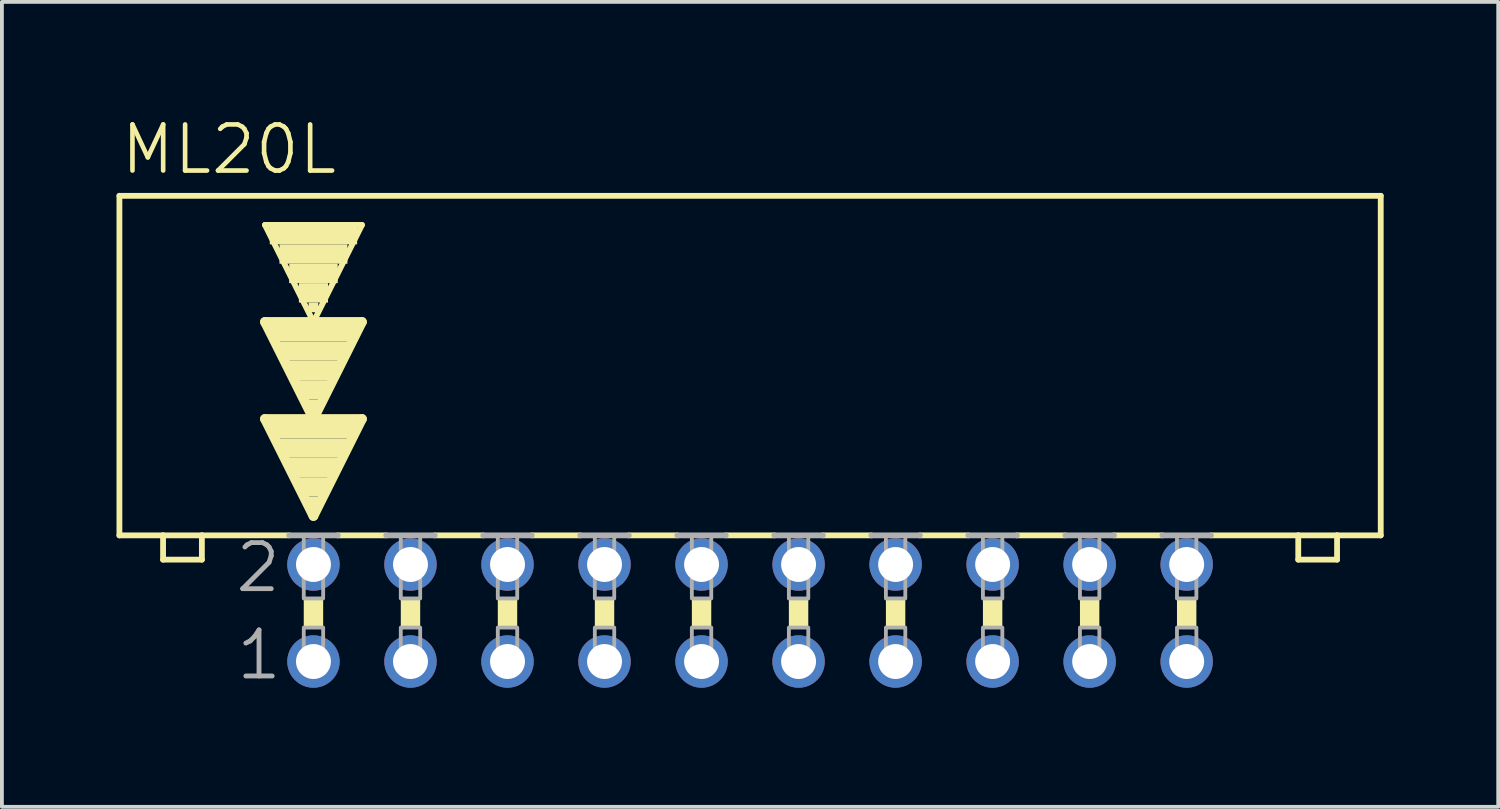
<source format=kicad_pcb>
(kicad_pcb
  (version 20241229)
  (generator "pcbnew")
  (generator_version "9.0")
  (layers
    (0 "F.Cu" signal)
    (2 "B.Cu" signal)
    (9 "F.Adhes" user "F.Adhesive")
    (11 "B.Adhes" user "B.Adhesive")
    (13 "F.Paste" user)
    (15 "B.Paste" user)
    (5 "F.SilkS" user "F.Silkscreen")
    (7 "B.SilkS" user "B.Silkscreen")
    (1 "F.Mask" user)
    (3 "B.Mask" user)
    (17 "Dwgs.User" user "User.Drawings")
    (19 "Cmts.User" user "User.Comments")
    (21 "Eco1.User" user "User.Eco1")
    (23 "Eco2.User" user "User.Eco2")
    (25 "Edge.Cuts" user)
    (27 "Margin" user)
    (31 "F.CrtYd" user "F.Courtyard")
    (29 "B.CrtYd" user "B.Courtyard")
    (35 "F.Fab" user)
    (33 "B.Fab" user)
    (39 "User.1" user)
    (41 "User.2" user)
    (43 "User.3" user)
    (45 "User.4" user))
  (footprint "ML20L"
    (layer "F.Cu")
    (at 16.586 12.998)
    (property "Reference" "ML20L" (at -16.535 -11.43 0) (layer "F.SilkS") (effects (font (size 1.206 1.206) (thickness 0.121)) (justify left bottom)))
    (attr through_hole)
    (fp_line (start -16.51 -2.032) (end -16.51 -10.922) (stroke (width 0.152) (type solid)) (layer "F.SilkS"))
    (fp_line (start -16.51 -2.032) (end -15.367 -2.032) (stroke (width 0.152) (type solid)) (layer "F.SilkS"))
    (fp_line (start -15.367 -2.032) (end -15.367 -1.397) (stroke (width 0.152) (type solid)) (layer "F.SilkS"))
    (fp_line (start -15.367 -2.032) (end -14.351 -2.032) (stroke (width 0.152) (type solid)) (layer "F.SilkS"))
    (fp_line (start -14.351 -2.032) (end -12.065 -2.032) (stroke (width 0.152) (type solid)) (layer "F.SilkS"))
    (fp_line (start -14.351 -1.397) (end -15.367 -1.397) (stroke (width 0.152) (type solid)) (layer "F.SilkS"))
    (fp_line (start -14.351 -1.397) (end -14.351 -2.032) (stroke (width 0.152) (type solid)) (layer "F.SilkS"))
    (fp_line (start -12.7 -10.16) (end -10.16 -10.16) (stroke (width 0.152) (type solid)) (layer "F.SilkS"))
    (fp_line (start -12.7 -7.62) (end -10.16 -7.62) (stroke (width 0.254) (type solid)) (layer "F.SilkS"))
    (fp_line (start -12.7 -5.08) (end -10.16 -5.08) (stroke (width 0.254) (type solid)) (layer "F.SilkS"))
    (fp_line (start -11.43 -7.62) (end -12.7 -10.16) (stroke (width 0.152) (type solid)) (layer "F.SilkS"))
    (fp_line (start -11.43 -5.08) (end -12.7 -7.62) (stroke (width 0.254) (type solid)) (layer "F.SilkS"))
    (fp_line (start -11.43 -2.54) (end -12.7 -5.08) (stroke (width 0.254) (type solid)) (layer "F.SilkS"))
    (fp_line (start -10.795 -2.032) (end -9.525 -2.032) (stroke (width 0.152) (type solid)) (layer "F.SilkS"))
    (fp_line (start -10.16 -10.16) (end -11.43 -7.62) (stroke (width 0.152) (type solid)) (layer "F.SilkS"))
    (fp_line (start -10.16 -7.62) (end -11.43 -5.08) (stroke (width 0.254) (type solid)) (layer "F.SilkS"))
    (fp_line (start -10.16 -5.08) (end -11.43 -2.54) (stroke (width 0.254) (type solid)) (layer "F.SilkS"))
    (fp_line (start -8.255 -2.032) (end -6.985 -2.032) (stroke (width 0.152) (type solid)) (layer "F.SilkS"))
    (fp_line (start -5.715 -2.032) (end -4.445 -2.032) (stroke (width 0.152) (type solid)) (layer "F.SilkS"))
    (fp_line (start -3.175 -2.032) (end -1.905 -2.032) (stroke (width 0.152) (type solid)) (layer "F.SilkS"))
    (fp_line (start -0.635 -2.032) (end 0.635 -2.032) (stroke (width 0.152) (type solid)) (layer "F.SilkS"))
    (fp_line (start 1.905 -2.032) (end 3.175 -2.032) (stroke (width 0.152) (type solid)) (layer "F.SilkS"))
    (fp_line (start 4.445 -2.032) (end 5.715 -2.032) (stroke (width 0.152) (type solid)) (layer "F.SilkS"))
    (fp_line (start 6.985 -2.032) (end 8.255 -2.032) (stroke (width 0.152) (type solid)) (layer "F.SilkS"))
    (fp_line (start 9.525 -2.032) (end 10.795 -2.032) (stroke (width 0.152) (type solid)) (layer "F.SilkS"))
    (fp_line (start 14.351 -2.032) (end 12.065 -2.032) (stroke (width 0.152) (type solid)) (layer "F.SilkS"))
    (fp_line (start 14.351 -2.032) (end 14.351 -1.397) (stroke (width 0.152) (type solid)) (layer "F.SilkS"))
    (fp_line (start 15.367 -2.032) (end 14.351 -2.032) (stroke (width 0.152) (type solid)) (layer "F.SilkS"))
    (fp_line (start 15.367 -1.397) (end 14.351 -1.397) (stroke (width 0.152) (type solid)) (layer "F.SilkS"))
    (fp_line (start 15.367 -1.397) (end 15.367 -2.032) (stroke (width 0.152) (type solid)) (layer "F.SilkS"))
    (fp_line (start 16.51 -10.922) (end -16.51 -10.922) (stroke (width 0.152) (type solid)) (layer "F.SilkS"))
    (fp_line (start 16.51 -2.032) (end 15.367 -2.032) (stroke (width 0.152) (type solid)) (layer "F.SilkS"))
    (fp_line (start 16.51 -2.032) (end 16.51 -10.922) (stroke (width 0.152) (type solid)) (layer "F.SilkS"))
    (fp_poly (pts (xy -12.573 -9.652) (xy -10.287 -9.652) (xy -10.287 -10.16) (xy -12.573 -10.16)) (stroke (width 0) (type solid)) (fill yes) (layer "F.SilkS"))
    (fp_poly (pts (xy -12.573 -7.112) (xy -10.287 -7.112) (xy -10.287 -7.62) (xy -12.573 -7.62)) (stroke (width 0) (type solid)) (fill yes) (layer "F.SilkS"))
    (fp_poly (pts (xy -12.573 -4.572) (xy -10.287 -4.572) (xy -10.287 -5.08) (xy -12.573 -5.08)) (stroke (width 0) (type solid)) (fill yes) (layer "F.SilkS"))
    (fp_poly (pts (xy -12.319 -9.144) (xy -10.541 -9.144) (xy -10.541 -9.652) (xy -12.319 -9.652)) (stroke (width 0) (type solid)) (fill yes) (layer "F.SilkS"))
    (fp_poly (pts (xy -12.319 -6.604) (xy -10.541 -6.604) (xy -10.541 -7.112) (xy -12.319 -7.112)) (stroke (width 0) (type solid)) (fill yes) (layer "F.SilkS"))
    (fp_poly (pts (xy -12.319 -4.064) (xy -10.541 -4.064) (xy -10.541 -4.572) (xy -12.319 -4.572)) (stroke (width 0) (type solid)) (fill yes) (layer "F.SilkS"))
    (fp_poly (pts (xy -12.065 -8.636) (xy -10.795 -8.636) (xy -10.795 -9.144) (xy -12.065 -9.144)) (stroke (width 0) (type solid)) (fill yes) (layer "F.SilkS"))
    (fp_poly (pts (xy -12.065 -6.096) (xy -10.795 -6.096) (xy -10.795 -6.604) (xy -12.065 -6.604)) (stroke (width 0) (type solid)) (fill yes) (layer "F.SilkS"))
    (fp_poly (pts (xy -12.065 -3.556) (xy -10.795 -3.556) (xy -10.795 -4.064) (xy -12.065 -4.064)) (stroke (width 0) (type solid)) (fill yes) (layer "F.SilkS"))
    (fp_poly (pts (xy -11.811 -8.128) (xy -11.049 -8.128) (xy -11.049 -8.636) (xy -11.811 -8.636)) (stroke (width 0) (type solid)) (fill yes) (layer "F.SilkS"))
    (fp_poly (pts (xy -11.811 -5.588) (xy -11.049 -5.588) (xy -11.049 -6.096) (xy -11.811 -6.096)) (stroke (width 0) (type solid)) (fill yes) (layer "F.SilkS"))
    (fp_poly (pts (xy -11.811 -3.048) (xy -11.049 -3.048) (xy -11.049 -3.556) (xy -11.811 -3.556)) (stroke (width 0) (type solid)) (fill yes) (layer "F.SilkS"))
    (fp_poly (pts (xy -11.684 0.381) (xy -11.176 0.381) (xy -11.176 -0.381) (xy -11.684 -0.381)) (stroke (width 0) (type solid)) (fill yes) (layer "F.SilkS"))
    (fp_poly (pts (xy -11.557 -7.874) (xy -11.303 -7.874) (xy -11.303 -8.128) (xy -11.557 -8.128)) (stroke (width 0) (type solid)) (fill yes) (layer "F.SilkS"))
    (fp_poly (pts (xy -11.557 -5.334) (xy -11.303 -5.334) (xy -11.303 -5.588) (xy -11.557 -5.588)) (stroke (width 0) (type solid)) (fill yes) (layer "F.SilkS"))
    (fp_poly (pts (xy -11.557 -2.794) (xy -11.303 -2.794) (xy -11.303 -3.048) (xy -11.557 -3.048)) (stroke (width 0) (type solid)) (fill yes) (layer "F.SilkS"))
    (fp_poly (pts (xy -9.144 0.381) (xy -8.636 0.381) (xy -8.636 -0.381) (xy -9.144 -0.381)) (stroke (width 0) (type solid)) (fill yes) (layer "F.SilkS"))
    (fp_poly (pts (xy -6.604 0.381) (xy -6.096 0.381) (xy -6.096 -0.381) (xy -6.604 -0.381)) (stroke (width 0) (type solid)) (fill yes) (layer "F.SilkS"))
    (fp_poly (pts (xy -4.064 0.381) (xy -3.556 0.381) (xy -3.556 -0.381) (xy -4.064 -0.381)) (stroke (width 0) (type solid)) (fill yes) (layer "F.SilkS"))
    (fp_poly (pts (xy -1.524 0.381) (xy -1.016 0.381) (xy -1.016 -0.381) (xy -1.524 -0.381)) (stroke (width 0) (type solid)) (fill yes) (layer "F.SilkS"))
    (fp_poly (pts (xy 1.016 0.381) (xy 1.524 0.381) (xy 1.524 -0.381) (xy 1.016 -0.381)) (stroke (width 0) (type solid)) (fill yes) (layer "F.SilkS"))
    (fp_poly (pts (xy 3.556 0.381) (xy 4.064 0.381) (xy 4.064 -0.381) (xy 3.556 -0.381)) (stroke (width 0) (type solid)) (fill yes) (layer "F.SilkS"))
    (fp_poly (pts (xy 6.096 0.381) (xy 6.604 0.381) (xy 6.604 -0.381) (xy 6.096 -0.381)) (stroke (width 0) (type solid)) (fill yes) (layer "F.SilkS"))
    (fp_poly (pts (xy 8.636 0.381) (xy 9.144 0.381) (xy 9.144 -0.381) (xy 8.636 -0.381)) (stroke (width 0) (type solid)) (fill yes) (layer "F.SilkS"))
    (fp_poly (pts (xy 11.176 0.381) (xy 11.684 0.381) (xy 11.684 -0.381) (xy 11.176 -0.381)) (stroke (width 0) (type solid)) (fill yes) (layer "F.SilkS"))
    (fp_line (start -12.065 -2.032) (end -10.795 -2.032) (stroke (width 0.152) (type solid)) (layer "F.Fab"))
    (fp_line (start -9.525 -2.032) (end -8.255 -2.032) (stroke (width 0.152) (type solid)) (layer "F.Fab"))
    (fp_line (start -6.985 -2.032) (end -5.715 -2.032) (stroke (width 0.152) (type solid)) (layer "F.Fab"))
    (fp_line (start -4.445 -2.032) (end -3.175 -2.032) (stroke (width 0.152) (type solid)) (layer "F.Fab"))
    (fp_line (start -0.635 -2.032) (end -1.905 -2.032) (stroke (width 0.152) (type solid)) (layer "F.Fab"))
    (fp_line (start 1.905 -2.032) (end 0.635 -2.032) (stroke (width 0.152) (type solid)) (layer "F.Fab"))
    (fp_line (start 4.445 -2.032) (end 3.175 -2.032) (stroke (width 0.152) (type solid)) (layer "F.Fab"))
    (fp_line (start 6.985 -2.032) (end 5.715 -2.032) (stroke (width 0.152) (type solid)) (layer "F.Fab"))
    (fp_line (start 9.525 -2.032) (end 8.255 -2.032) (stroke (width 0.152) (type solid)) (layer "F.Fab"))
    (fp_line (start 12.065 -2.032) (end 10.795 -2.032) (stroke (width 0.152) (type solid)) (layer "F.Fab"))
    (fp_poly (pts (xy -11.684 -0.381) (xy -11.176 -0.381) (xy -11.176 -2.032) (xy -11.684 -2.032)) (stroke (width 0.1) (type solid)) (fill no) (layer "F.Fab"))
    (fp_poly (pts (xy -11.684 1.524) (xy -11.176 1.524) (xy -11.176 0.381) (xy -11.684 0.381)) (stroke (width 0.1) (type solid)) (fill no) (layer "F.Fab"))
    (fp_poly (pts (xy -9.144 -0.381) (xy -8.636 -0.381) (xy -8.636 -2.032) (xy -9.144 -2.032)) (stroke (width 0.1) (type solid)) (fill no) (layer "F.Fab"))
    (fp_poly (pts (xy -9.144 1.524) (xy -8.636 1.524) (xy -8.636 0.381) (xy -9.144 0.381)) (stroke (width 0.1) (type solid)) (fill no) (layer "F.Fab"))
    (fp_poly (pts (xy -6.604 -0.381) (xy -6.096 -0.381) (xy -6.096 -2.032) (xy -6.604 -2.032)) (stroke (width 0.1) (type solid)) (fill no) (layer "F.Fab"))
    (fp_poly (pts (xy -6.604 1.524) (xy -6.096 1.524) (xy -6.096 0.381) (xy -6.604 0.381)) (stroke (width 0.1) (type solid)) (fill no) (layer "F.Fab"))
    (fp_poly (pts (xy -4.064 -0.381) (xy -3.556 -0.381) (xy -3.556 -2.032) (xy -4.064 -2.032)) (stroke (width 0.1) (type solid)) (fill no) (layer "F.Fab"))
    (fp_poly (pts (xy -4.064 1.524) (xy -3.556 1.524) (xy -3.556 0.381) (xy -4.064 0.381)) (stroke (width 0.1) (type solid)) (fill no) (layer "F.Fab"))
    (fp_poly (pts (xy -1.524 -0.381) (xy -1.016 -0.381) (xy -1.016 -2.032) (xy -1.524 -2.032)) (stroke (width 0.1) (type solid)) (fill no) (layer "F.Fab"))
    (fp_poly (pts (xy -1.524 1.524) (xy -1.016 1.524) (xy -1.016 0.381) (xy -1.524 0.381)) (stroke (width 0.1) (type solid)) (fill no) (layer "F.Fab"))
    (fp_poly (pts (xy 1.016 -0.381) (xy 1.524 -0.381) (xy 1.524 -2.032) (xy 1.016 -2.032)) (stroke (width 0.1) (type solid)) (fill no) (layer "F.Fab"))
    (fp_poly (pts (xy 1.016 1.524) (xy 1.524 1.524) (xy 1.524 0.381) (xy 1.016 0.381)) (stroke (width 0.1) (type solid)) (fill no) (layer "F.Fab"))
    (fp_poly (pts (xy 3.556 -0.381) (xy 4.064 -0.381) (xy 4.064 -2.032) (xy 3.556 -2.032)) (stroke (width 0.1) (type solid)) (fill no) (layer "F.Fab"))
    (fp_poly (pts (xy 3.556 1.524) (xy 4.064 1.524) (xy 4.064 0.381) (xy 3.556 0.381)) (stroke (width 0.1) (type solid)) (fill no) (layer "F.Fab"))
    (fp_poly (pts (xy 6.096 -0.381) (xy 6.604 -0.381) (xy 6.604 -2.032) (xy 6.096 -2.032)) (stroke (width 0.1) (type solid)) (fill no) (layer "F.Fab"))
    (fp_poly (pts (xy 6.096 1.524) (xy 6.604 1.524) (xy 6.604 0.381) (xy 6.096 0.381)) (stroke (width 0.1) (type solid)) (fill no) (layer "F.Fab"))
    (fp_poly (pts (xy 8.636 -0.381) (xy 9.144 -0.381) (xy 9.144 -2.032) (xy 8.636 -2.032)) (stroke (width 0.1) (type solid)) (fill no) (layer "F.Fab"))
    (fp_poly (pts (xy 8.636 1.524) (xy 9.144 1.524) (xy 9.144 0.381) (xy 8.636 0.381)) (stroke (width 0.1) (type solid)) (fill no) (layer "F.Fab"))
    (fp_poly (pts (xy 11.176 -0.381) (xy 11.684 -0.381) (xy 11.684 -2.032) (xy 11.176 -2.032)) (stroke (width 0.1) (type solid)) (fill no) (layer "F.Fab"))
    (fp_poly (pts (xy 11.176 1.524) (xy 11.684 1.524) (xy 11.684 0.381) (xy 11.176 0.381)) (stroke (width 0.1) (type solid)) (fill no) (layer "F.Fab"))
    (fp_text user "2" (at -13.538 -0.483 0) (layer "F.Fab") (effects (font (size 1.206 1.206) (thickness 0.127)) (justify left bottom)))
    (fp_text user "1" (at -13.513 1.803 0) (layer "F.Fab") (effects (font (size 1.206 1.206) (thickness 0.127)) (justify left bottom)))
    (pad "1" thru_hole circle (at -11.43 1.27) (size 1.372 1.372) (drill 0.914) (layers "*.Cu" "*.Mask"))
    (pad "2" thru_hole circle (at -11.43 -1.27) (size 1.372 1.372) (drill 0.914) (layers "*.Cu" "*.Mask"))
    (pad "3" thru_hole circle (at -8.89 1.27) (size 1.372 1.372) (drill 0.914) (layers "*.Cu" "*.Mask"))
    (pad "4" thru_hole circle (at -8.89 -1.27) (size 1.372 1.372) (drill 0.914) (layers "*.Cu" "*.Mask"))
    (pad "5" thru_hole circle (at -6.35 1.27) (size 1.372 1.372) (drill 0.914) (layers "*.Cu" "*.Mask"))
    (pad "6" thru_hole circle (at -6.35 -1.27) (size 1.372 1.372) (drill 0.914) (layers "*.Cu" "*.Mask"))
    (pad "7" thru_hole circle (at -3.81 1.27) (size 1.372 1.372) (drill 0.914) (layers "*.Cu" "*.Mask"))
    (pad "8" thru_hole circle (at -3.81 -1.27) (size 1.372 1.372) (drill 0.914) (layers "*.Cu" "*.Mask"))
    (pad "9" thru_hole circle (at -1.27 1.27) (size 1.372 1.372) (drill 0.914) (layers "*.Cu" "*.Mask"))
    (pad "10" thru_hole circle (at -1.27 -1.27) (size 1.372 1.372) (drill 0.914) (layers "*.Cu" "*.Mask"))
    (pad "11" thru_hole circle (at 1.27 1.27) (size 1.372 1.372) (drill 0.914) (layers "*.Cu" "*.Mask"))
    (pad "12" thru_hole circle (at 1.27 -1.27) (size 1.372 1.372) (drill 0.914) (layers "*.Cu" "*.Mask"))
    (pad "13" thru_hole circle (at 3.81 1.27) (size 1.372 1.372) (drill 0.914) (layers "*.Cu" "*.Mask"))
    (pad "14" thru_hole circle (at 3.81 -1.27) (size 1.372 1.372) (drill 0.914) (layers "*.Cu" "*.Mask"))
    (pad "15" thru_hole circle (at 6.35 1.27) (size 1.372 1.372) (drill 0.914) (layers "*.Cu" "*.Mask"))
    (pad "16" thru_hole circle (at 6.35 -1.27) (size 1.372 1.372) (drill 0.914) (layers "*.Cu" "*.Mask"))
    (pad "17" thru_hole circle (at 8.89 1.27) (size 1.372 1.372) (drill 0.914) (layers "*.Cu" "*.Mask"))
    (pad "18" thru_hole circle (at 8.89 -1.27) (size 1.372 1.372) (drill 0.914) (layers "*.Cu" "*.Mask"))
    (pad "19" thru_hole circle (at 11.43 1.27) (size 1.372 1.372) (drill 0.914) (layers "*.Cu" "*.Mask"))
    (pad "20" thru_hole circle (at 11.43 -1.27) (size 1.372 1.372) (drill 0.914) (layers "*.Cu" "*.Mask")))
  (gr_rect
    (start -3 -3)
    (end 36.172 18.072)
    (stroke (width 0.1) (type default))
    (fill no)
    (layer "Edge.Cuts")))
</source>
